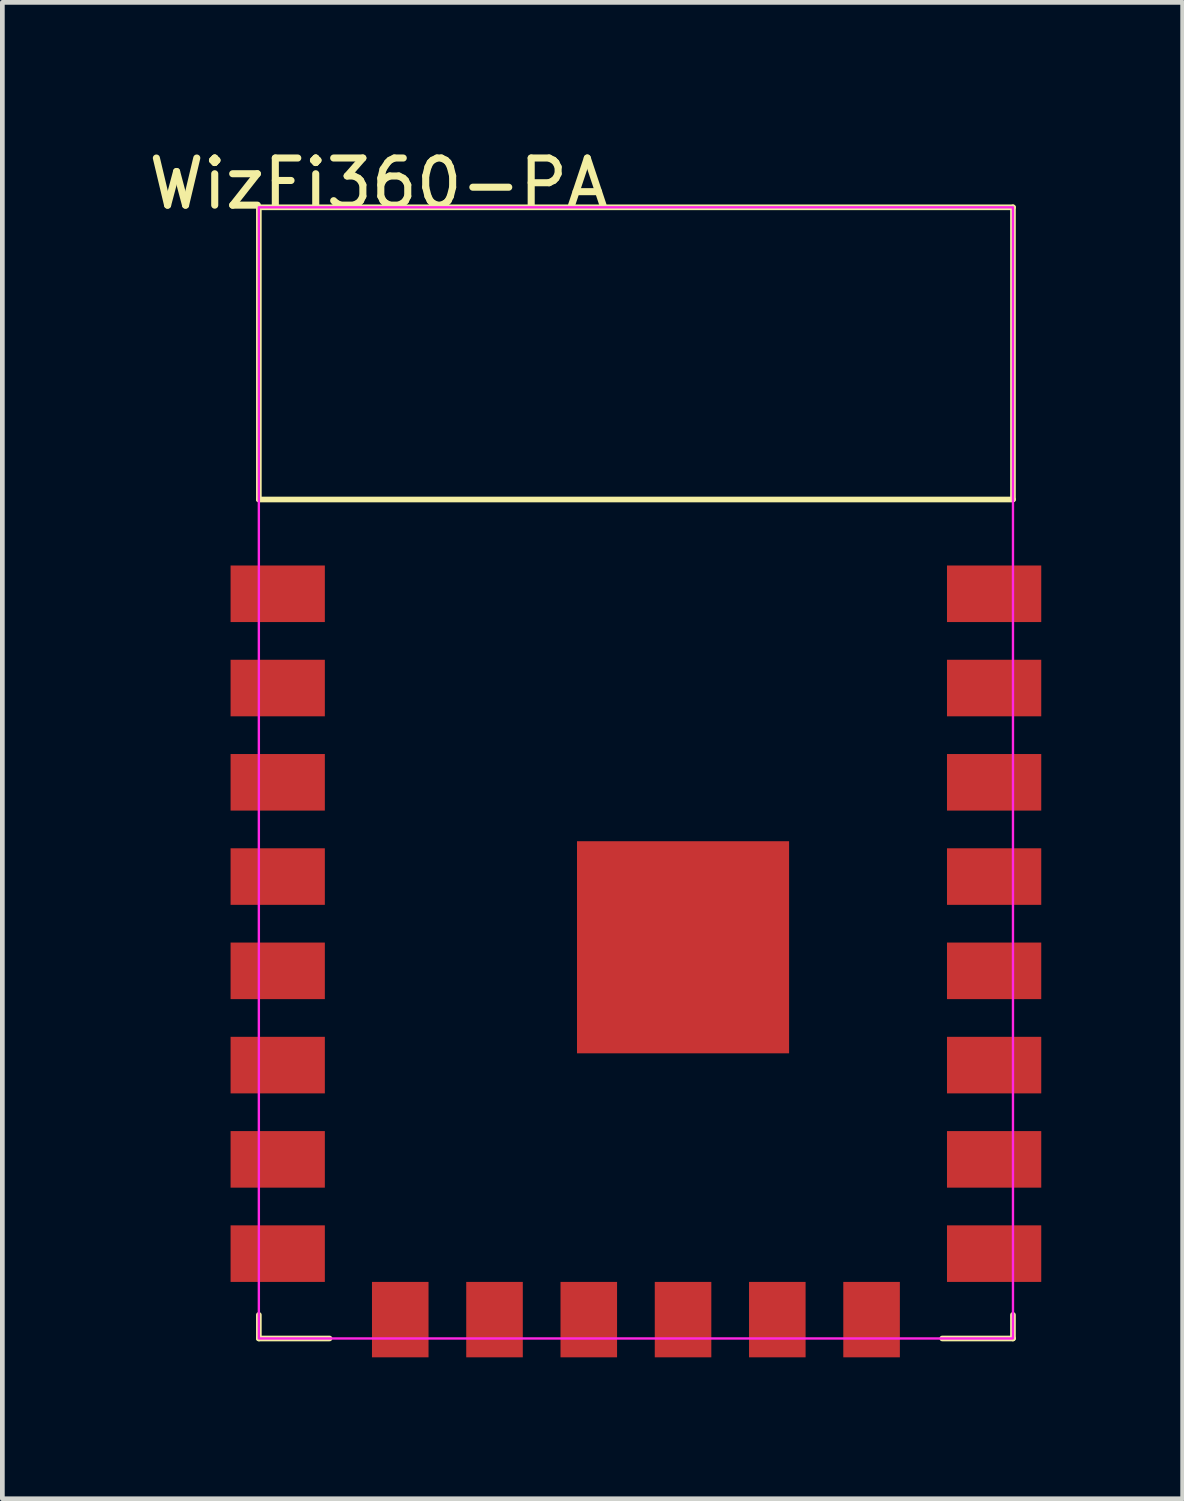
<source format=kicad_pcb>
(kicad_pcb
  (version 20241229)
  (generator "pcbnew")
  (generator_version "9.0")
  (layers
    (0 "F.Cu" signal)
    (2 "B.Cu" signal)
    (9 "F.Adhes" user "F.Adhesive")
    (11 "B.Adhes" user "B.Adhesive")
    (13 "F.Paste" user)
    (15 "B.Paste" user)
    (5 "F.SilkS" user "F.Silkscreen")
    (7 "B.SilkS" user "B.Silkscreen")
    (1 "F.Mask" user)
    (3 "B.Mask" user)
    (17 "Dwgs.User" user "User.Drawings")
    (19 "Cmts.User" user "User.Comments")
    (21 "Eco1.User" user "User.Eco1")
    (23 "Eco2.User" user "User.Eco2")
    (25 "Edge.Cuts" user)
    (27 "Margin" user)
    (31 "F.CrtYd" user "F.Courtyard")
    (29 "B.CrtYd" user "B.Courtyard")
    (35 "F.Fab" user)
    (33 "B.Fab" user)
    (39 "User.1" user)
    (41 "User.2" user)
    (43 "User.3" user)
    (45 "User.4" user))
  (footprint "WizFi360-PA"
    (layer "F.Cu")
    (at 2.442 1.348)
    (property "Reference" "WizFi360-PA" (at 2.54 -0.5 0) (unlocked yes) (layer "F.SilkS") (effects (font (size 1 1) (thickness 0.15))))
    (attr smd)
    (fp_line (start 0 0) (end 0 6.2) (stroke (width 0.12) (type solid)) (layer "F.SilkS"))
    (fp_line (start 0 0) (end 16 0) (stroke (width 0.12) (type solid)) (layer "F.SilkS"))
    (fp_line (start 0 6.2) (end 16 6.2) (stroke (width 0.12) (type solid)) (layer "F.SilkS"))
    (fp_line (start 0 23.5) (end 0 24) (stroke (width 0.12) (type solid)) (layer "F.SilkS"))
    (fp_line (start 1.5 24) (end 0 24) (stroke (width 0.12) (type solid)) (layer "F.SilkS"))
    (fp_line (start 14.5 24) (end 16 24) (stroke (width 0.12) (type solid)) (layer "F.SilkS"))
    (fp_line (start 16 0) (end 16 6.2) (stroke (width 0.12) (type solid)) (layer "F.SilkS"))
    (fp_line (start 16 23.5) (end 16 24) (stroke (width 0.12) (type solid)) (layer "F.SilkS"))
    (fp_rect (start 0 0) (end 16 24) (stroke (width 0.05) (type solid)) (fill no) (layer "F.CrtYd"))
    (pad "" smd rect (at 9 15.7) (size 4.5 4.5) (layers "F.Cu" "F.Mask" "F.Paste"))
    (pad "1" smd rect (at 0.4 8.2) (size 2 1.2) (layers "F.Cu" "F.Mask" "F.Paste"))
    (pad "2" smd rect (at 0.4 10.2) (size 2 1.2) (layers "F.Cu" "F.Mask" "F.Paste"))
    (pad "3" smd rect (at 0.4 12.2) (size 2 1.2) (layers "F.Cu" "F.Mask" "F.Paste"))
    (pad "4" smd rect (at 0.4 14.2) (size 2 1.2) (layers "F.Cu" "F.Mask" "F.Paste"))
    (pad "5" smd rect (at 0.4 16.2) (size 2 1.2) (layers "F.Cu" "F.Mask" "F.Paste"))
    (pad "6" smd rect (at 0.4 18.2) (size 2 1.2) (layers "F.Cu" "F.Mask" "F.Paste"))
    (pad "7" smd rect (at 0.4 20.2) (size 2 1.2) (layers "F.Cu" "F.Mask" "F.Paste"))
    (pad "8" smd rect (at 0.4 22.2) (size 2 1.2) (layers "F.Cu" "F.Mask" "F.Paste"))
    (pad "9" smd rect (at 3 23.6) (size 1.2 1.6) (layers "F.Cu" "F.Mask" "F.Paste"))
    (pad "10" smd rect (at 5 23.6) (size 1.2 1.6) (layers "F.Cu" "F.Mask" "F.Paste"))
    (pad "11" smd rect (at 7 23.6) (size 1.2 1.6) (layers "F.Cu" "F.Mask" "F.Paste"))
    (pad "12" smd rect (at 9 23.6) (size 1.2 1.6) (layers "F.Cu" "F.Mask" "F.Paste"))
    (pad "13" smd rect (at 11 23.6) (size 1.2 1.6) (layers "F.Cu" "F.Mask" "F.Paste"))
    (pad "14" smd rect (at 13 23.6) (size 1.2 1.6) (layers "F.Cu" "F.Mask" "F.Paste"))
    (pad "15" smd rect (at 15.6 22.2) (size 2 1.2) (layers "F.Cu" "F.Mask" "F.Paste"))
    (pad "16" smd rect (at 15.6 20.2) (size 2 1.2) (layers "F.Cu" "F.Mask" "F.Paste"))
    (pad "17" smd rect (at 15.6 18.2) (size 2 1.2) (layers "F.Cu" "F.Mask" "F.Paste"))
    (pad "18" smd rect (at 15.6 16.2) (size 2 1.2) (layers "F.Cu" "F.Mask" "F.Paste"))
    (pad "19" smd rect (at 15.6 14.2) (size 2 1.2) (layers "F.Cu" "F.Mask" "F.Paste"))
    (pad "20" smd rect (at 15.6 12.2) (size 2 1.2) (layers "F.Cu" "F.Mask" "F.Paste"))
    (pad "21" smd rect (at 15.6 10.2) (size 2 1.2) (layers "F.Cu" "F.Mask" "F.Paste"))
    (pad "22" smd rect (at 15.6 8.2) (size 2 1.2) (layers "F.Cu" "F.Mask" "F.Paste")))
  (gr_rect
    (start -3 -3)
    (end 22.042 28.748)
    (stroke (width 0.1) (type default))
    (fill no)
    (layer "Edge.Cuts")))
</source>
